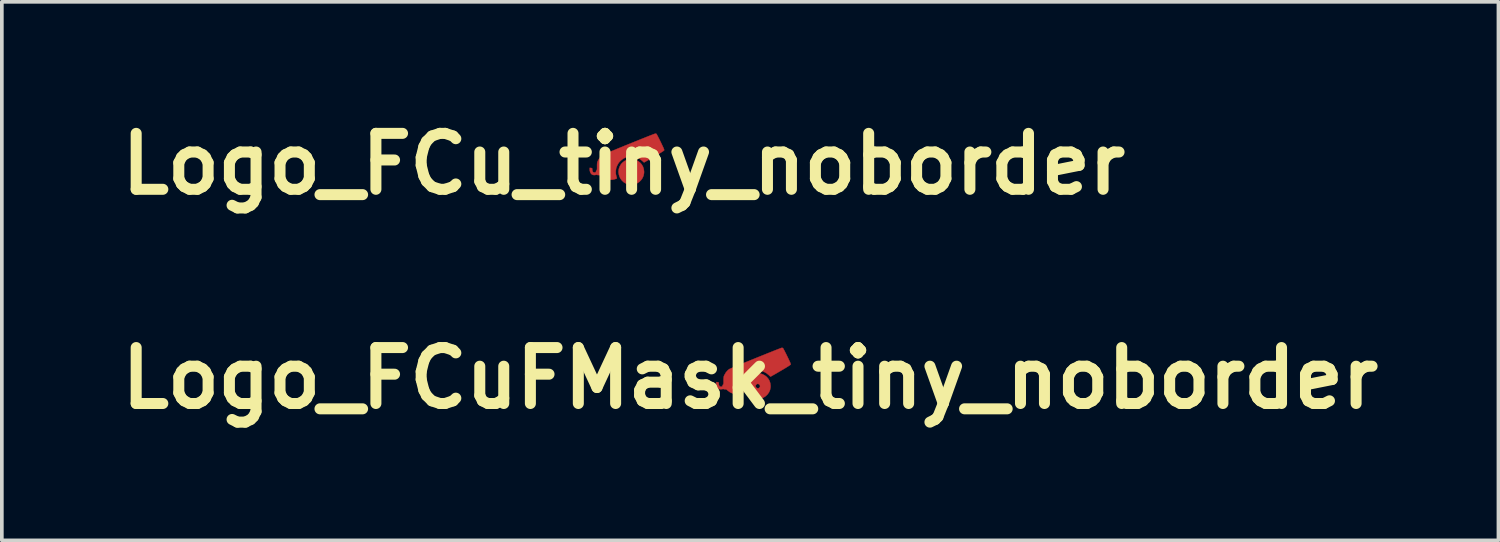
<source format=kicad_pcb>
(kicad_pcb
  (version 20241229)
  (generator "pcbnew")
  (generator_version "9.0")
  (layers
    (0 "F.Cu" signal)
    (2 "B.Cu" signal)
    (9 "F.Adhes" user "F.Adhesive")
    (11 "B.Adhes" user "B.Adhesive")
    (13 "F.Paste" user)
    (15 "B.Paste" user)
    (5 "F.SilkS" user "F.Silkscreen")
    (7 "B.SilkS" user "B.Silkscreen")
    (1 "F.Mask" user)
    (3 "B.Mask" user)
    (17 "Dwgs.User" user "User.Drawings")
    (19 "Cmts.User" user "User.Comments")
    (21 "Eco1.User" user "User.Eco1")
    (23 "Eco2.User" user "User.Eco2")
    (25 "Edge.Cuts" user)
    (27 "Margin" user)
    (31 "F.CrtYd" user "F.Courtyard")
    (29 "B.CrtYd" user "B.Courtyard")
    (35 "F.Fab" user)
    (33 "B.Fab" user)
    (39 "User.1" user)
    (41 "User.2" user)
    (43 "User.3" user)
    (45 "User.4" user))
  (footprint "Logo_FCuFMask_tiny_noborder"
    (layer "F.Cu")
    (at 17.388 7.254)
    (property "Reference" "Logo_FCuFMask_tiny_noborder" (at 0 0 0) (layer "F.SilkS") (effects (font (size 1.524 1.524) (thickness 0.3))))
    (attr through_hole)
    (fp_poly (pts (xy 0.278 -0.127) (xy 0.34 -0.107) (xy 0.397 -0.077) (xy 0.449 -0.037) (xy 0.492 0.012) (xy 0.526 0.069) (xy 0.548 0.135) (xy 0.557 0.206) (xy 0.556 0.248) (xy 0.542 0.32) (xy 0.513 0.386) (xy 0.471 0.444) (xy 0.419 0.493) (xy 0.357 0.531) (xy 0.288 0.555) (xy 0.267 0.559) (xy 0.231 0.564) (xy 0.204 0.566) (xy 0.179 0.564) (xy 0.147 0.558) (xy 0.135 0.556) (xy 0.065 0.533) (xy 0.004 0.497) (xy -0.046 0.451) (xy -0.087 0.397) (xy -0.116 0.336) (xy -0.133 0.272) (xy -0.137 0.22) (xy 0.147 0.22) (xy 0.158 0.245) (xy 0.175 0.262) (xy 0.202 0.277) (xy 0.226 0.276) (xy 0.25 0.259) (xy 0.265 0.238) (xy 0.271 0.217) (xy 0.271 0.216) (xy 0.265 0.195) (xy 0.251 0.174) (xy 0.25 0.173) (xy 0.223 0.156) (xy 0.196 0.154) (xy 0.171 0.169) (xy 0.153 0.193) (xy 0.147 0.22) (xy -0.137 0.22) (xy -0.138 0.205) (xy -0.131 0.137) (xy -0.109 0.072) (xy -0.073 0.01) (xy -0.038 -0.031) (xy 0.02 -0.078) (xy 0.082 -0.111) (xy 0.147 -0.129) (xy 0.213 -0.134) (xy 0.278 -0.127)) (stroke (width 0.01) (type solid)) (fill yes) (layer "F.Cu"))
    (fp_poly (pts (xy 0.887 -0.824) (xy 0.898 -0.816) (xy 0.905 -0.804) (xy 0.918 -0.779) (xy 0.937 -0.744) (xy 0.959 -0.7) (xy 0.985 -0.649) (xy 1.011 -0.596) (xy 1.044 -0.527) (xy 1.07 -0.472) (xy 1.089 -0.43) (xy 1.1 -0.4) (xy 1.106 -0.382) (xy 1.106 -0.375) (xy 1.096 -0.365) (xy 1.072 -0.347) (xy 1.033 -0.322) (xy 0.979 -0.288) (xy 0.909 -0.246) (xy 0.83 -0.2) (xy 0.769 -0.164) (xy 0.712 -0.131) (xy 0.662 -0.102) (xy 0.619 -0.078) (xy 0.587 -0.059) (xy 0.565 -0.047) (xy 0.556 -0.042) (xy 0.556 -0.042) (xy 0.549 -0.048) (xy 0.532 -0.062) (xy 0.51 -0.083) (xy 0.506 -0.087) (xy 0.44 -0.14) (xy 0.368 -0.179) (xy 0.292 -0.202) (xy 0.214 -0.21) (xy 0.136 -0.203) (xy 0.06 -0.181) (xy -0.013 -0.144) (xy -0.081 -0.091) (xy -0.081 -0.091) (xy -0.135 -0.031) (xy -0.175 0.039) (xy -0.203 0.113) (xy -0.215 0.191) (xy -0.213 0.269) (xy -0.212 0.273) (xy -0.205 0.308) (xy -0.197 0.34) (xy -0.191 0.361) (xy -0.184 0.38) (xy -0.184 0.39) (xy -0.193 0.397) (xy -0.24 0.415) (xy -0.297 0.426) (xy -0.359 0.431) (xy -0.419 0.427) (xy -0.472 0.417) (xy -0.474 0.416) (xy -0.545 0.385) (xy -0.61 0.338) (xy -0.622 0.327) (xy -0.643 0.309) (xy -0.66 0.301) (xy -0.678 0.302) (xy -0.678 0.302) (xy -0.7 0.303) (xy -0.714 0.298) (xy -0.729 0.293) (xy -0.753 0.296) (xy -0.758 0.297) (xy -0.805 0.303) (xy -0.847 0.294) (xy -0.881 0.272) (xy -0.905 0.236) (xy -0.92 0.19) (xy -0.923 0.152) (xy -0.923 0.105) (xy -0.889 0.109) (xy -0.867 0.112) (xy -0.858 0.119) (xy -0.855 0.135) (xy -0.855 0.144) (xy -0.85 0.187) (xy -0.836 0.216) (xy -0.813 0.231) (xy -0.781 0.232) (xy -0.78 0.232) (xy -0.76 0.225) (xy -0.754 0.212) (xy -0.754 0.207) (xy -0.747 0.187) (xy -0.739 0.176) (xy -0.732 0.169) (xy -0.728 0.157) (xy -0.725 0.138) (xy -0.724 0.108) (xy -0.724 0.064) (xy -0.724 0.064) (xy -0.724 0.019) (xy -0.722 -0.012) (xy -0.719 -0.036) (xy -0.714 -0.057) (xy -0.705 -0.079) (xy -0.697 -0.094) (xy -0.657 -0.162) (xy -0.606 -0.218) (xy -0.572 -0.245) (xy -0.56 -0.251) (xy -0.533 -0.263) (xy -0.494 -0.28) (xy -0.443 -0.302) (xy -0.382 -0.327) (xy -0.312 -0.356) (xy -0.234 -0.388) (xy -0.151 -0.423) (xy -0.063 -0.458) (xy 0.028 -0.496) (xy 0.12 -0.533) (xy 0.213 -0.571) (xy 0.306 -0.608) (xy 0.395 -0.644) (xy 0.481 -0.679) (xy 0.562 -0.711) (xy 0.636 -0.741) (xy 0.702 -0.767) (xy 0.759 -0.789) (xy 0.805 -0.807) (xy 0.839 -0.819) (xy 0.859 -0.826) (xy 0.864 -0.828) (xy 0.887 -0.824)) (stroke (width 0.01) (type solid)) (fill yes) (layer "F.Cu"))
    (fp_poly (pts (xy 0.278 -0.127) (xy 0.34 -0.107) (xy 0.397 -0.077) (xy 0.449 -0.037) (xy 0.492 0.012) (xy 0.526 0.069) (xy 0.548 0.135) (xy 0.557 0.206) (xy 0.556 0.248) (xy 0.542 0.32) (xy 0.513 0.386) (xy 0.471 0.444) (xy 0.419 0.493) (xy 0.357 0.531) (xy 0.288 0.555) (xy 0.267 0.559) (xy 0.231 0.564) (xy 0.204 0.566) (xy 0.179 0.564) (xy 0.147 0.558) (xy 0.135 0.556) (xy 0.065 0.533) (xy 0.004 0.497) (xy -0.046 0.451) (xy -0.087 0.397) (xy -0.116 0.336) (xy -0.133 0.272) (xy -0.137 0.22) (xy 0.147 0.22) (xy 0.158 0.245) (xy 0.175 0.262) (xy 0.202 0.277) (xy 0.226 0.276) (xy 0.25 0.259) (xy 0.265 0.238) (xy 0.271 0.217) (xy 0.271 0.216) (xy 0.265 0.195) (xy 0.251 0.174) (xy 0.25 0.173) (xy 0.223 0.156) (xy 0.196 0.154) (xy 0.171 0.169) (xy 0.153 0.193) (xy 0.147 0.22) (xy -0.137 0.22) (xy -0.138 0.205) (xy -0.131 0.137) (xy -0.109 0.072) (xy -0.073 0.01) (xy -0.038 -0.031) (xy 0.02 -0.078) (xy 0.082 -0.111) (xy 0.147 -0.129) (xy 0.213 -0.134) (xy 0.278 -0.127)) (stroke (width 0.01) (type solid)) (fill yes) (layer "F.Mask"))
    (fp_poly (pts (xy 0.887 -0.824) (xy 0.898 -0.816) (xy 0.905 -0.804) (xy 0.918 -0.779) (xy 0.937 -0.744) (xy 0.959 -0.7) (xy 0.985 -0.649) (xy 1.011 -0.596) (xy 1.044 -0.527) (xy 1.07 -0.472) (xy 1.089 -0.43) (xy 1.1 -0.4) (xy 1.106 -0.382) (xy 1.106 -0.375) (xy 1.096 -0.365) (xy 1.072 -0.347) (xy 1.033 -0.322) (xy 0.979 -0.288) (xy 0.909 -0.246) (xy 0.83 -0.2) (xy 0.769 -0.164) (xy 0.712 -0.131) (xy 0.662 -0.102) (xy 0.619 -0.078) (xy 0.587 -0.059) (xy 0.565 -0.047) (xy 0.556 -0.042) (xy 0.556 -0.042) (xy 0.549 -0.048) (xy 0.532 -0.062) (xy 0.51 -0.083) (xy 0.506 -0.087) (xy 0.44 -0.14) (xy 0.368 -0.179) (xy 0.292 -0.202) (xy 0.214 -0.21) (xy 0.136 -0.203) (xy 0.06 -0.181) (xy -0.013 -0.144) (xy -0.081 -0.091) (xy -0.081 -0.091) (xy -0.135 -0.031) (xy -0.175 0.039) (xy -0.203 0.113) (xy -0.215 0.191) (xy -0.213 0.269) (xy -0.212 0.273) (xy -0.205 0.308) (xy -0.197 0.34) (xy -0.191 0.361) (xy -0.184 0.38) (xy -0.184 0.39) (xy -0.193 0.397) (xy -0.24 0.415) (xy -0.297 0.426) (xy -0.359 0.431) (xy -0.419 0.427) (xy -0.472 0.417) (xy -0.474 0.416) (xy -0.545 0.385) (xy -0.61 0.338) (xy -0.622 0.327) (xy -0.643 0.309) (xy -0.66 0.301) (xy -0.678 0.302) (xy -0.678 0.302) (xy -0.7 0.303) (xy -0.714 0.298) (xy -0.729 0.293) (xy -0.753 0.296) (xy -0.758 0.297) (xy -0.805 0.303) (xy -0.847 0.294) (xy -0.881 0.272) (xy -0.905 0.236) (xy -0.92 0.19) (xy -0.923 0.152) (xy -0.923 0.105) (xy -0.889 0.109) (xy -0.867 0.112) (xy -0.858 0.119) (xy -0.855 0.135) (xy -0.855 0.144) (xy -0.85 0.187) (xy -0.836 0.216) (xy -0.813 0.231) (xy -0.781 0.232) (xy -0.78 0.232) (xy -0.76 0.225) (xy -0.754 0.212) (xy -0.754 0.207) (xy -0.747 0.187) (xy -0.739 0.176) (xy -0.732 0.169) (xy -0.728 0.157) (xy -0.725 0.138) (xy -0.724 0.108) (xy -0.724 0.064) (xy -0.724 0.064) (xy -0.724 0.019) (xy -0.722 -0.012) (xy -0.719 -0.036) (xy -0.714 -0.057) (xy -0.705 -0.079) (xy -0.697 -0.094) (xy -0.657 -0.162) (xy -0.606 -0.218) (xy -0.572 -0.245) (xy -0.56 -0.251) (xy -0.533 -0.263) (xy -0.494 -0.28) (xy -0.443 -0.302) (xy -0.382 -0.327) (xy -0.312 -0.356) (xy -0.234 -0.388) (xy -0.151 -0.423) (xy -0.063 -0.458) (xy 0.028 -0.496) (xy 0.12 -0.533) (xy 0.213 -0.571) (xy 0.306 -0.608) (xy 0.395 -0.644) (xy 0.481 -0.679) (xy 0.562 -0.711) (xy 0.636 -0.741) (xy 0.702 -0.767) (xy 0.759 -0.789) (xy 0.805 -0.807) (xy 0.839 -0.819) (xy 0.859 -0.826) (xy 0.864 -0.828) (xy 0.887 -0.824)) (stroke (width 0.01) (type solid)) (fill yes) (layer "F.Mask")))
  (footprint "Logo_FCu_tiny_noborder"
    (layer "F.Cu")
    (at 13.941 1.418)
    (property "Reference" "Logo_FCu_tiny_noborder" (at 0 0 0) (layer "F.SilkS") (effects (font (size 1.524 1.524) (thickness 0.3))))
    (attr through_hole)
    (fp_poly (pts (xy 0.278 -0.127) (xy 0.34 -0.107) (xy 0.397 -0.077) (xy 0.449 -0.037) (xy 0.492 0.012) (xy 0.526 0.069) (xy 0.548 0.135) (xy 0.557 0.206) (xy 0.556 0.248) (xy 0.542 0.32) (xy 0.513 0.386) (xy 0.471 0.444) (xy 0.419 0.493) (xy 0.357 0.531) (xy 0.288 0.555) (xy 0.267 0.559) (xy 0.231 0.564) (xy 0.204 0.566) (xy 0.179 0.564) (xy 0.147 0.558) (xy 0.135 0.556) (xy 0.065 0.533) (xy 0.004 0.497) (xy -0.046 0.451) (xy -0.087 0.397) (xy -0.116 0.336) (xy -0.133 0.272) (xy -0.137 0.22) (xy 0.147 0.22) (xy 0.158 0.245) (xy 0.175 0.262) (xy 0.202 0.277) (xy 0.226 0.276) (xy 0.25 0.259) (xy 0.265 0.238) (xy 0.271 0.217) (xy 0.271 0.216) (xy 0.265 0.195) (xy 0.251 0.174) (xy 0.25 0.173) (xy 0.223 0.156) (xy 0.196 0.154) (xy 0.171 0.169) (xy 0.153 0.193) (xy 0.147 0.22) (xy -0.137 0.22) (xy -0.138 0.205) (xy -0.131 0.137) (xy -0.109 0.072) (xy -0.073 0.01) (xy -0.038 -0.031) (xy 0.02 -0.078) (xy 0.082 -0.111) (xy 0.147 -0.129) (xy 0.213 -0.134) (xy 0.278 -0.127)) (stroke (width 0.01) (type solid)) (fill yes) (layer "F.Cu"))
    (fp_poly (pts (xy 0.887 -0.824) (xy 0.898 -0.816) (xy 0.905 -0.804) (xy 0.918 -0.779) (xy 0.937 -0.744) (xy 0.959 -0.7) (xy 0.985 -0.649) (xy 1.011 -0.596) (xy 1.044 -0.527) (xy 1.07 -0.472) (xy 1.089 -0.43) (xy 1.1 -0.4) (xy 1.106 -0.382) (xy 1.106 -0.375) (xy 1.096 -0.365) (xy 1.072 -0.347) (xy 1.033 -0.322) (xy 0.979 -0.288) (xy 0.909 -0.246) (xy 0.83 -0.2) (xy 0.769 -0.164) (xy 0.712 -0.131) (xy 0.662 -0.102) (xy 0.619 -0.078) (xy 0.587 -0.059) (xy 0.565 -0.047) (xy 0.556 -0.042) (xy 0.556 -0.042) (xy 0.549 -0.048) (xy 0.532 -0.062) (xy 0.51 -0.083) (xy 0.506 -0.087) (xy 0.44 -0.14) (xy 0.368 -0.179) (xy 0.292 -0.202) (xy 0.214 -0.21) (xy 0.136 -0.203) (xy 0.06 -0.181) (xy -0.013 -0.144) (xy -0.081 -0.091) (xy -0.081 -0.091) (xy -0.135 -0.031) (xy -0.175 0.039) (xy -0.203 0.113) (xy -0.215 0.191) (xy -0.213 0.269) (xy -0.212 0.273) (xy -0.205 0.308) (xy -0.197 0.34) (xy -0.191 0.361) (xy -0.184 0.38) (xy -0.184 0.39) (xy -0.193 0.397) (xy -0.24 0.415) (xy -0.297 0.426) (xy -0.359 0.431) (xy -0.419 0.427) (xy -0.472 0.417) (xy -0.474 0.416) (xy -0.545 0.385) (xy -0.61 0.338) (xy -0.622 0.327) (xy -0.643 0.309) (xy -0.66 0.301) (xy -0.678 0.302) (xy -0.678 0.302) (xy -0.7 0.303) (xy -0.714 0.298) (xy -0.729 0.293) (xy -0.753 0.296) (xy -0.758 0.297) (xy -0.805 0.303) (xy -0.847 0.294) (xy -0.881 0.272) (xy -0.905 0.236) (xy -0.92 0.19) (xy -0.923 0.152) (xy -0.923 0.105) (xy -0.889 0.109) (xy -0.867 0.112) (xy -0.858 0.119) (xy -0.855 0.135) (xy -0.855 0.144) (xy -0.85 0.187) (xy -0.836 0.216) (xy -0.813 0.231) (xy -0.781 0.232) (xy -0.78 0.232) (xy -0.76 0.225) (xy -0.754 0.212) (xy -0.754 0.207) (xy -0.747 0.187) (xy -0.739 0.176) (xy -0.732 0.169) (xy -0.728 0.157) (xy -0.725 0.138) (xy -0.724 0.108) (xy -0.724 0.064) (xy -0.724 0.064) (xy -0.724 0.019) (xy -0.722 -0.012) (xy -0.719 -0.036) (xy -0.714 -0.057) (xy -0.705 -0.079) (xy -0.697 -0.094) (xy -0.657 -0.162) (xy -0.606 -0.218) (xy -0.572 -0.245) (xy -0.56 -0.251) (xy -0.533 -0.263) (xy -0.494 -0.28) (xy -0.443 -0.302) (xy -0.382 -0.327) (xy -0.312 -0.356) (xy -0.234 -0.388) (xy -0.151 -0.423) (xy -0.063 -0.458) (xy 0.028 -0.496) (xy 0.12 -0.533) (xy 0.213 -0.571) (xy 0.306 -0.608) (xy 0.395 -0.644) (xy 0.481 -0.679) (xy 0.562 -0.711) (xy 0.636 -0.741) (xy 0.702 -0.767) (xy 0.759 -0.789) (xy 0.805 -0.807) (xy 0.839 -0.819) (xy 0.859 -0.826) (xy 0.864 -0.828) (xy 0.887 -0.824)) (stroke (width 0.01) (type solid)) (fill yes) (layer "F.Cu")))
  (gr_rect
    (start -3 -3)
    (end 37.776 11.672)
    (stroke (width 0.1) (type default))
    (fill no)
    (layer "Edge.Cuts")))
</source>
